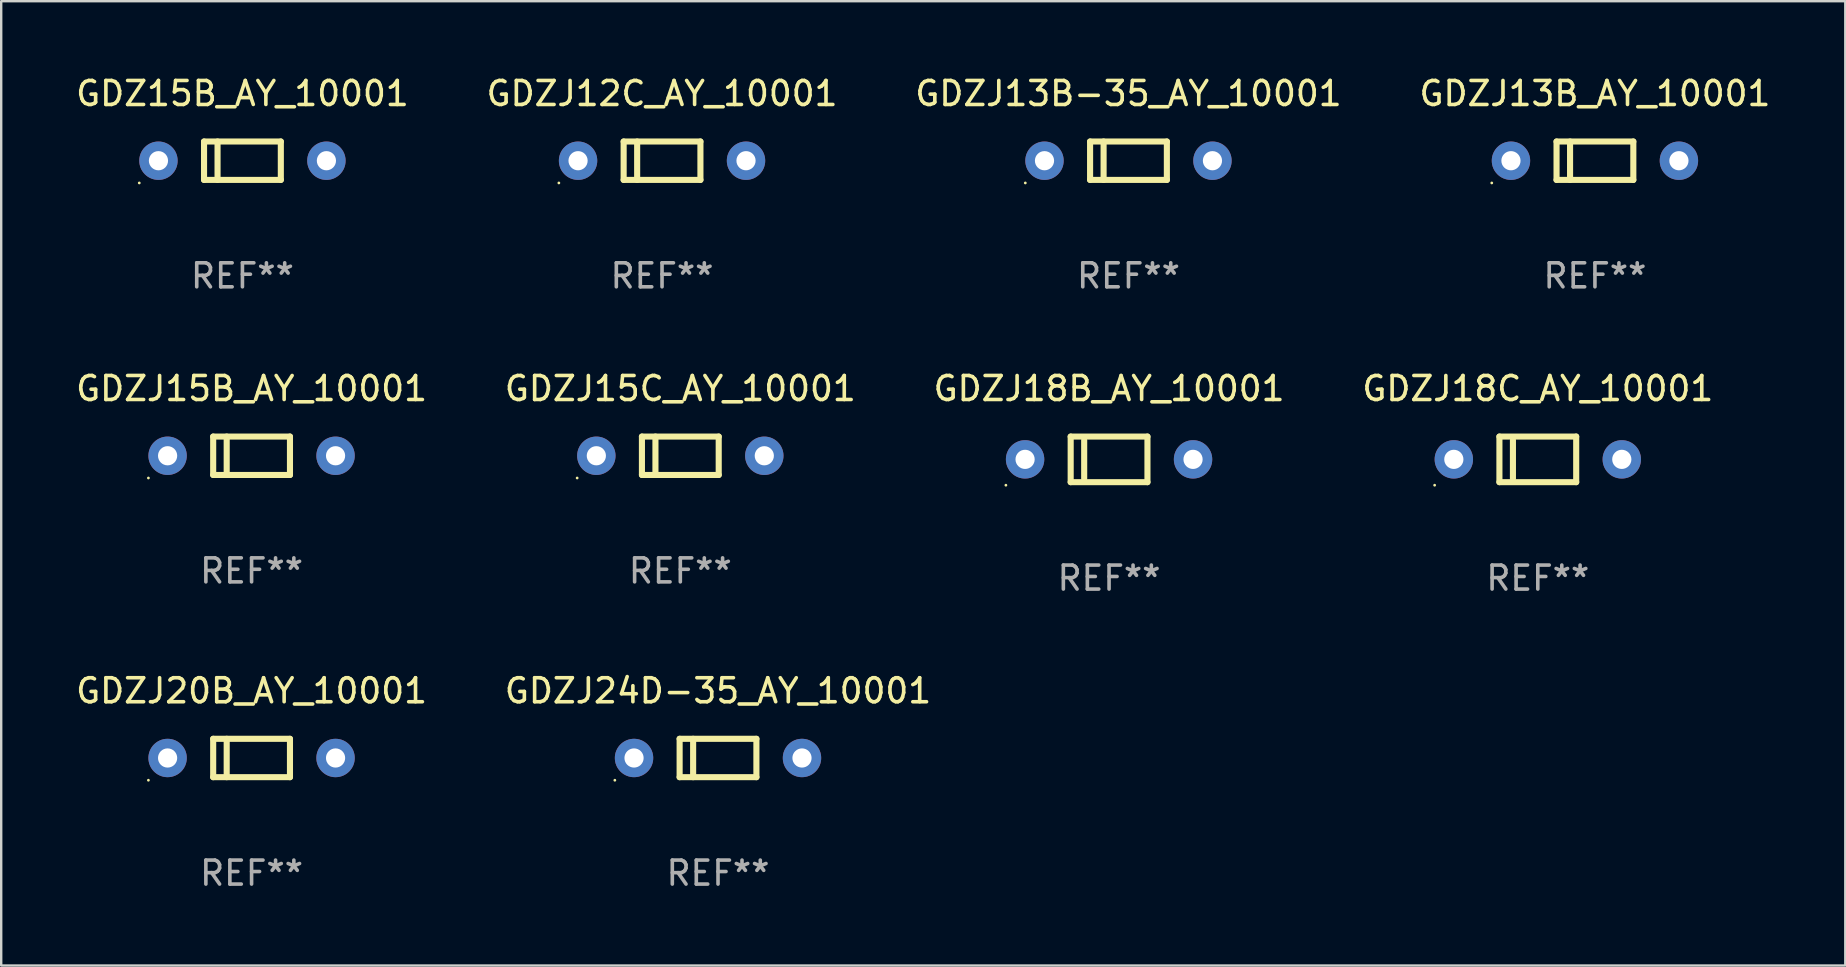
<source format=kicad_pcb>
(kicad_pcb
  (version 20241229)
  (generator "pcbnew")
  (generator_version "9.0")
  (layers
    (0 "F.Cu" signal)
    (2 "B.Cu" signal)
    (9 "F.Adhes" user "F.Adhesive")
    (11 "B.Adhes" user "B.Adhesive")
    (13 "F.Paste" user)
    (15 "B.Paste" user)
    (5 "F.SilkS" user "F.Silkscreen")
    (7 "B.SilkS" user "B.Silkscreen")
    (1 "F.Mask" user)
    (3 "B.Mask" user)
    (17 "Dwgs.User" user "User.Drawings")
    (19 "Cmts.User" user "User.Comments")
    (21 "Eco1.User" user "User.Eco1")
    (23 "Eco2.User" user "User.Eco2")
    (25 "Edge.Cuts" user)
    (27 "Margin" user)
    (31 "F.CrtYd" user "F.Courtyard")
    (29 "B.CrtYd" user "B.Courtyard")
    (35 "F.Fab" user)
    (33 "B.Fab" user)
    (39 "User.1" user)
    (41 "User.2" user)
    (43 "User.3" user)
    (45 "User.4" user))
  (footprint "GDZJ18B_AY_10001"
    (layer "F.Cu")
    (at 43.173 16.095)
    (property "Reference" "GDZJ18B_AY_10001" (at 0 -2.95 0) (layer "F.SilkS") (effects (font (size 1 1) (thickness 0.15))))
    (attr through_hole)
    (fp_line (start -1.6 -0.95) (end -1.6 0.95) (stroke (width 0.254) (type solid)) (layer "F.SilkS"))
    (fp_line (start -1.6 -0.95) (end 1.6 -0.95) (stroke (width 0.254) (type solid)) (layer "F.SilkS"))
    (fp_line (start -1.6 0.95) (end 1.6 0.95) (stroke (width 0.254) (type solid)) (layer "F.SilkS"))
    (fp_line (start -1.037 -0.8) (end -1.037 0.8) (stroke (width 0.254) (type solid)) (layer "F.SilkS"))
    (fp_line (start 1.6 0.95) (end 1.6 -0.95) (stroke (width 0.254) (type solid)) (layer "F.SilkS"))
    (fp_circle (center -4.3 1.077) (end -4.27 1.077) (stroke (width 0.06) (type solid)) (fill no) (layer "F.SilkS"))
    (fp_text user "REF**" (at 0 4.95 0) (layer "F.Fab") (effects (font (size 1 1) (thickness 0.15))))
    (pad "1" thru_hole circle (at -3.5 0) (size 1.6 1.6) (drill 0.8) (layers "*.Cu" "*.Mask"))
    (pad "2" thru_hole circle (at 3.5 0) (size 1.6 1.6) (drill 0.8) (layers "*.Cu" "*.Mask")))
  (footprint "GDZJ13B_AY_10001"
    (layer "F.Cu")
    (at 63.423 3.648)
    (property "Reference" "GDZJ13B_AY_10001" (at 0 -2.8 0) (layer "F.SilkS") (effects (font (size 1 1) (thickness 0.15))))
    (attr through_hole)
    (fp_line (start -1.6 -0.8) (end -1.6 0.8) (stroke (width 0.254) (type solid)) (layer "F.SilkS"))
    (fp_line (start -1.6 -0.8) (end 1.6 -0.8) (stroke (width 0.254) (type solid)) (layer "F.SilkS"))
    (fp_line (start -1.6 0.8) (end 1.6 0.8) (stroke (width 0.254) (type solid)) (layer "F.SilkS"))
    (fp_line (start -1.037 -0.8) (end -1.037 0.8) (stroke (width 0.254) (type solid)) (layer "F.SilkS"))
    (fp_line (start 1.6 -0.8) (end 1.6 0.8) (stroke (width 0.254) (type solid)) (layer "F.SilkS"))
    (fp_circle (center -4.3 0.927) (end -4.27 0.927) (stroke (width 0.06) (type solid)) (fill no) (layer "F.SilkS"))
    (fp_text user "REF**" (at 0 4.8 0) (layer "F.Fab") (effects (font (size 1 1) (thickness 0.15))))
    (pad "1" thru_hole circle (at -3.5 0) (size 1.6 1.6) (drill 0.8) (layers "*.Cu" "*.Mask"))
    (pad "2" thru_hole circle (at 3.5 0) (size 1.6 1.6) (drill 0.8) (layers "*.Cu" "*.Mask")))
  (footprint "GDZJ12C_AY_10001"
    (layer "F.Cu")
    (at 24.542 3.648)
    (property "Reference" "GDZJ12C_AY_10001" (at 0 -2.8 0) (layer "F.SilkS") (effects (font (size 1 1) (thickness 0.15))))
    (attr through_hole)
    (fp_line (start -1.6 -0.8) (end -1.6 0.8) (stroke (width 0.254) (type solid)) (layer "F.SilkS"))
    (fp_line (start -1.6 -0.8) (end 1.6 -0.8) (stroke (width 0.254) (type solid)) (layer "F.SilkS"))
    (fp_line (start -1.6 0.8) (end 1.6 0.8) (stroke (width 0.254) (type solid)) (layer "F.SilkS"))
    (fp_line (start -1.037 -0.8) (end -1.037 0.8) (stroke (width 0.254) (type solid)) (layer "F.SilkS"))
    (fp_line (start 1.6 -0.8) (end 1.6 0.8) (stroke (width 0.254) (type solid)) (layer "F.SilkS"))
    (fp_circle (center -4.3 0.927) (end -4.27 0.927) (stroke (width 0.06) (type solid)) (fill no) (layer "F.SilkS"))
    (fp_text user "REF**" (at 0 4.8 0) (layer "F.Fab") (effects (font (size 1 1) (thickness 0.15))))
    (pad "1" thru_hole circle (at -3.5 0) (size 1.6 1.6) (drill 0.8) (layers "*.Cu" "*.Mask"))
    (pad "2" thru_hole circle (at 3.5 0) (size 1.6 1.6) (drill 0.8) (layers "*.Cu" "*.Mask")))
  (footprint "GDZJ15C_AY_10001"
    (layer "F.Cu")
    (at 25.304 15.945)
    (property "Reference" "GDZJ15C_AY_10001" (at 0 -2.8 0) (layer "F.SilkS") (effects (font (size 1 1) (thickness 0.15))))
    (attr through_hole)
    (fp_line (start -1.6 -0.8) (end -1.6 0.8) (stroke (width 0.254) (type solid)) (layer "F.SilkS"))
    (fp_line (start -1.6 -0.8) (end 1.6 -0.8) (stroke (width 0.254) (type solid)) (layer "F.SilkS"))
    (fp_line (start -1.6 0.8) (end 1.6 0.8) (stroke (width 0.254) (type solid)) (layer "F.SilkS"))
    (fp_line (start -1.037 -0.8) (end -1.037 0.8) (stroke (width 0.254) (type solid)) (layer "F.SilkS"))
    (fp_line (start 1.6 -0.8) (end 1.6 0.8) (stroke (width 0.254) (type solid)) (layer "F.SilkS"))
    (fp_circle (center -4.3 0.927) (end -4.27 0.927) (stroke (width 0.06) (type solid)) (fill no) (layer "F.SilkS"))
    (fp_text user "REF**" (at 0 4.8 0) (layer "F.Fab") (effects (font (size 1 1) (thickness 0.15))))
    (pad "1" thru_hole circle (at -3.5 0) (size 1.6 1.6) (drill 0.8) (layers "*.Cu" "*.Mask"))
    (pad "2" thru_hole circle (at 3.5 0) (size 1.6 1.6) (drill 0.8) (layers "*.Cu" "*.Mask")))
  (footprint "GDZJ24D-35_AY_10001"
    (layer "F.Cu")
    (at 26.875 28.541)
    (property "Reference" "GDZJ24D-35_AY_10001" (at 0 -2.8 0) (layer "F.SilkS") (effects (font (size 1 1) (thickness 0.15))))
    (attr through_hole)
    (fp_line (start -1.6 -0.8) (end -1.6 0.8) (stroke (width 0.254) (type solid)) (layer "F.SilkS"))
    (fp_line (start -1.6 -0.8) (end 1.6 -0.8) (stroke (width 0.254) (type solid)) (layer "F.SilkS"))
    (fp_line (start -1.6 0.8) (end 1.6 0.8) (stroke (width 0.254) (type solid)) (layer "F.SilkS"))
    (fp_line (start -1.037 -0.8) (end -1.037 0.8) (stroke (width 0.254) (type solid)) (layer "F.SilkS"))
    (fp_line (start 1.6 -0.8) (end 1.6 0.8) (stroke (width 0.254) (type solid)) (layer "F.SilkS"))
    (fp_circle (center -4.3 0.927) (end -4.27 0.927) (stroke (width 0.06) (type solid)) (fill no) (layer "F.SilkS"))
    (fp_text user "REF**" (at 0 4.8 0) (layer "F.Fab") (effects (font (size 1 1) (thickness 0.15))))
    (pad "1" thru_hole circle (at -3.5 0) (size 1.6 1.6) (drill 0.8) (layers "*.Cu" "*.Mask"))
    (pad "2" thru_hole circle (at 3.5 0) (size 1.6 1.6) (drill 0.8) (layers "*.Cu" "*.Mask")))
  (footprint "GDZJ13B-35_AY_10001"
    (layer "F.Cu")
    (at 43.982 3.648)
    (property "Reference" "GDZJ13B-35_AY_10001" (at 0 -2.8 0) (layer "F.SilkS") (effects (font (size 1 1) (thickness 0.15))))
    (attr through_hole)
    (fp_line (start -1.6 -0.8) (end -1.6 0.8) (stroke (width 0.254) (type solid)) (layer "F.SilkS"))
    (fp_line (start -1.6 -0.8) (end 1.6 -0.8) (stroke (width 0.254) (type solid)) (layer "F.SilkS"))
    (fp_line (start -1.6 0.8) (end 1.6 0.8) (stroke (width 0.254) (type solid)) (layer "F.SilkS"))
    (fp_line (start -1.037 -0.8) (end -1.037 0.8) (stroke (width 0.254) (type solid)) (layer "F.SilkS"))
    (fp_line (start 1.6 -0.8) (end 1.6 0.8) (stroke (width 0.254) (type solid)) (layer "F.SilkS"))
    (fp_circle (center -4.3 0.927) (end -4.27 0.927) (stroke (width 0.06) (type solid)) (fill no) (layer "F.SilkS"))
    (fp_text user "REF**" (at 0 4.8 0) (layer "F.Fab") (effects (font (size 1 1) (thickness 0.15))))
    (pad "1" thru_hole circle (at -3.5 0) (size 1.6 1.6) (drill 0.8) (layers "*.Cu" "*.Mask"))
    (pad "2" thru_hole circle (at 3.5 0) (size 1.6 1.6) (drill 0.8) (layers "*.Cu" "*.Mask")))
  (footprint "GDZJ18C_AY_10001"
    (layer "F.Cu")
    (at 61.042 16.095)
    (property "Reference" "GDZJ18C_AY_10001" (at 0 -2.95 0) (layer "F.SilkS") (effects (font (size 1 1) (thickness 0.15))))
    (attr through_hole)
    (fp_line (start -1.6 -0.95) (end -1.6 0.95) (stroke (width 0.254) (type solid)) (layer "F.SilkS"))
    (fp_line (start -1.6 -0.95) (end 1.6 -0.95) (stroke (width 0.254) (type solid)) (layer "F.SilkS"))
    (fp_line (start -1.6 0.95) (end 1.6 0.95) (stroke (width 0.254) (type solid)) (layer "F.SilkS"))
    (fp_line (start -1.037 -0.8) (end -1.037 0.8) (stroke (width 0.254) (type solid)) (layer "F.SilkS"))
    (fp_line (start 1.6 0.95) (end 1.6 -0.95) (stroke (width 0.254) (type solid)) (layer "F.SilkS"))
    (fp_circle (center -4.3 1.077) (end -4.27 1.077) (stroke (width 0.06) (type solid)) (fill no) (layer "F.SilkS"))
    (fp_text user "REF**" (at 0 4.95 0) (layer "F.Fab") (effects (font (size 1 1) (thickness 0.15))))
    (pad "1" thru_hole circle (at -3.5 0) (size 1.6 1.6) (drill 0.8) (layers "*.Cu" "*.Mask"))
    (pad "2" thru_hole circle (at 3.5 0) (size 1.6 1.6) (drill 0.8) (layers "*.Cu" "*.Mask")))
  (footprint "GDZJ20B_AY_10001"
    (layer "F.Cu")
    (at 7.435 28.541)
    (property "Reference" "GDZJ20B_AY_10001" (at 0 -2.8 0) (layer "F.SilkS") (effects (font (size 1 1) (thickness 0.15))))
    (attr through_hole)
    (fp_line (start -1.6 -0.8) (end -1.6 0.8) (stroke (width 0.254) (type solid)) (layer "F.SilkS"))
    (fp_line (start -1.6 -0.8) (end 1.6 -0.8) (stroke (width 0.254) (type solid)) (layer "F.SilkS"))
    (fp_line (start -1.6 0.8) (end 1.6 0.8) (stroke (width 0.254) (type solid)) (layer "F.SilkS"))
    (fp_line (start -1.037 -0.8) (end -1.037 0.8) (stroke (width 0.254) (type solid)) (layer "F.SilkS"))
    (fp_line (start 1.6 -0.8) (end 1.6 0.8) (stroke (width 0.254) (type solid)) (layer "F.SilkS"))
    (fp_circle (center -4.3 0.927) (end -4.27 0.927) (stroke (width 0.06) (type solid)) (fill no) (layer "F.SilkS"))
    (fp_text user "REF**" (at 0 4.8 0) (layer "F.Fab") (effects (font (size 1 1) (thickness 0.15))))
    (pad "1" thru_hole circle (at -3.5 0) (size 1.6 1.6) (drill 0.8) (layers "*.Cu" "*.Mask"))
    (pad "2" thru_hole circle (at 3.5 0) (size 1.6 1.6) (drill 0.8) (layers "*.Cu" "*.Mask")))
  (footprint "GDZ15B_AY_10001"
    (layer "F.Cu")
    (at 7.054 3.648)
    (property "Reference" "GDZ15B_AY_10001" (at 0 -2.8 0) (layer "F.SilkS") (effects (font (size 1 1) (thickness 0.15))))
    (attr through_hole)
    (fp_line (start -1.6 -0.8) (end -1.6 0.8) (stroke (width 0.254) (type solid)) (layer "F.SilkS"))
    (fp_line (start -1.6 -0.8) (end 1.6 -0.8) (stroke (width 0.254) (type solid)) (layer "F.SilkS"))
    (fp_line (start -1.6 0.8) (end 1.6 0.8) (stroke (width 0.254) (type solid)) (layer "F.SilkS"))
    (fp_line (start -1.037 -0.8) (end -1.037 0.8) (stroke (width 0.254) (type solid)) (layer "F.SilkS"))
    (fp_line (start 1.6 -0.8) (end 1.6 0.8) (stroke (width 0.254) (type solid)) (layer "F.SilkS"))
    (fp_circle (center -4.3 0.927) (end -4.27 0.927) (stroke (width 0.06) (type solid)) (fill no) (layer "F.SilkS"))
    (fp_text user "REF**" (at 0 4.8 0) (layer "F.Fab") (effects (font (size 1 1) (thickness 0.15))))
    (pad "1" thru_hole circle (at -3.5 0) (size 1.6 1.6) (drill 0.8) (layers "*.Cu" "*.Mask"))
    (pad "2" thru_hole circle (at 3.5 0) (size 1.6 1.6) (drill 0.8) (layers "*.Cu" "*.Mask")))
  (footprint "GDZJ15B_AY_10001"
    (layer "F.Cu")
    (at 7.435 15.945)
    (property "Reference" "GDZJ15B_AY_10001" (at 0 -2.8 0) (layer "F.SilkS") (effects (font (size 1 1) (thickness 0.15))))
    (attr through_hole)
    (fp_line (start -1.6 -0.8) (end -1.6 0.8) (stroke (width 0.254) (type solid)) (layer "F.SilkS"))
    (fp_line (start -1.6 -0.8) (end 1.6 -0.8) (stroke (width 0.254) (type solid)) (layer "F.SilkS"))
    (fp_line (start -1.6 0.8) (end 1.6 0.8) (stroke (width 0.254) (type solid)) (layer "F.SilkS"))
    (fp_line (start -1.037 -0.8) (end -1.037 0.8) (stroke (width 0.254) (type solid)) (layer "F.SilkS"))
    (fp_line (start 1.6 -0.8) (end 1.6 0.8) (stroke (width 0.254) (type solid)) (layer "F.SilkS"))
    (fp_circle (center -4.3 0.927) (end -4.27 0.927) (stroke (width 0.06) (type solid)) (fill no) (layer "F.SilkS"))
    (fp_text user "REF**" (at 0 4.8 0) (layer "F.Fab") (effects (font (size 1 1) (thickness 0.15))))
    (pad "1" thru_hole circle (at -3.5 0) (size 1.6 1.6) (drill 0.8) (layers "*.Cu" "*.Mask"))
    (pad "2" thru_hole circle (at 3.5 0) (size 1.6 1.6) (drill 0.8) (layers "*.Cu" "*.Mask")))
  (gr_rect
    (start -3 -3)
    (end 73.857 37.19)
    (stroke (width 0.1) (type default))
    (fill no)
    (layer "Edge.Cuts")))
</source>
